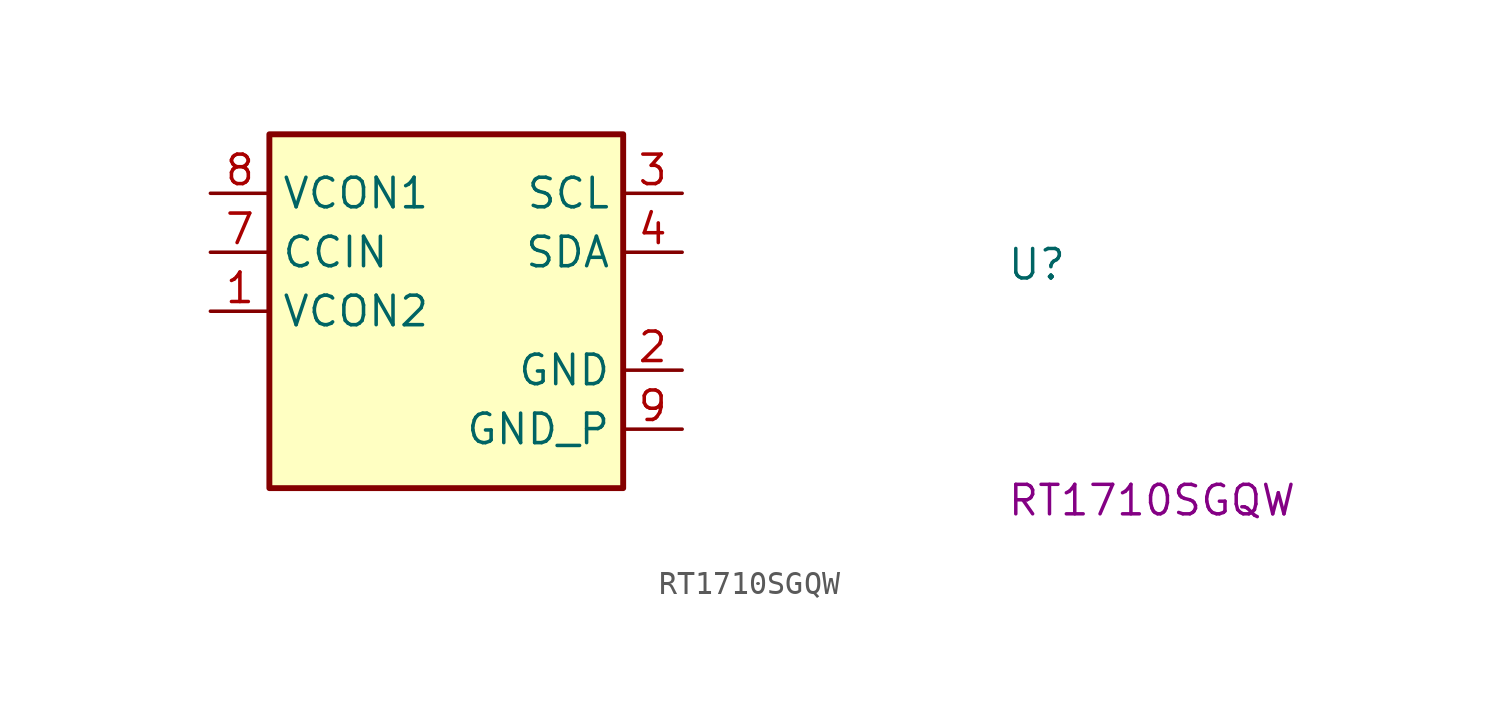
<source format=kicad_sym>
(kicad_symbol_lib
  (version 20220914)
  (generator kicad_symbol_editor)
  (symbol "RT1710SGQW"
    (property "Reference" "U"
      (at 34.29 -3.81 0)
      (effects (font (size 1.27 1.27) (thickness 0.15)) (justify left bottom)))
    (property "MPN" "RT1710SGQW"
      (at 34.29 -13.97 0)
      (effects (font (size 1.27 1.27) (thickness 0.15)) (justify left bottom)))
    (symbol "RT1710SGQW_1_1"
      (rectangle (start 2.54 2.54) (end 17.78 -12.7) (stroke (width 0.254) (type default)) (fill (type background)))
      (pin input line (at 0 -5.08 0) (length 2.54) (name "VCON2" (effects (font (size 1.27 1.27)))) (number "1" (effects (font (size 1.27 1.27)))))
      (pin input line (at 20.32 -7.62 180) (length 2.54) (name "GND" (effects (font (size 1.27 1.27)))) (number "2" (effects (font (size 1.27 1.27)))))
      (pin input line (at 20.32 0 180) (length 2.54) (name "SCL" (effects (font (size 1.27 1.27)))) (number "3" (effects (font (size 1.27 1.27)))))
      (pin input line (at 20.32 -2.54 180) (length 2.54) (name "SDA" (effects (font (size 1.27 1.27)))) (number "4" (effects (font (size 1.27 1.27)))))
      (pin no_connect line (at 0 -8.89 0) (length 2.54) hide (name "NC" (effects (font (size 1.27 1.27)))) (number "5" (effects (font (size 1.27 1.27)))))
      (pin no_connect line (at 0 -8.89 0) (length 2.54) hide (name "NC" (effects (font (size 1.27 1.27)))) (number "6" (effects (font (size 1.27 1.27)))))
      (pin input line (at 0 -2.54 0) (length 2.54) (name "CCIN" (effects (font (size 1.27 1.27)))) (number "7" (effects (font (size 1.27 1.27)))))
      (pin input line (at 0 0 0) (length 2.54) (name "VCON1" (effects (font (size 1.27 1.27)))) (number "8" (effects (font (size 1.27 1.27)))))
      (pin input line (at 20.32 -10.16 180) (length 2.54) (name "GND_P" (effects (font (size 1.27 1.27)))) (number "9" (effects (font (size 1.27 1.27))))))))
</source>
